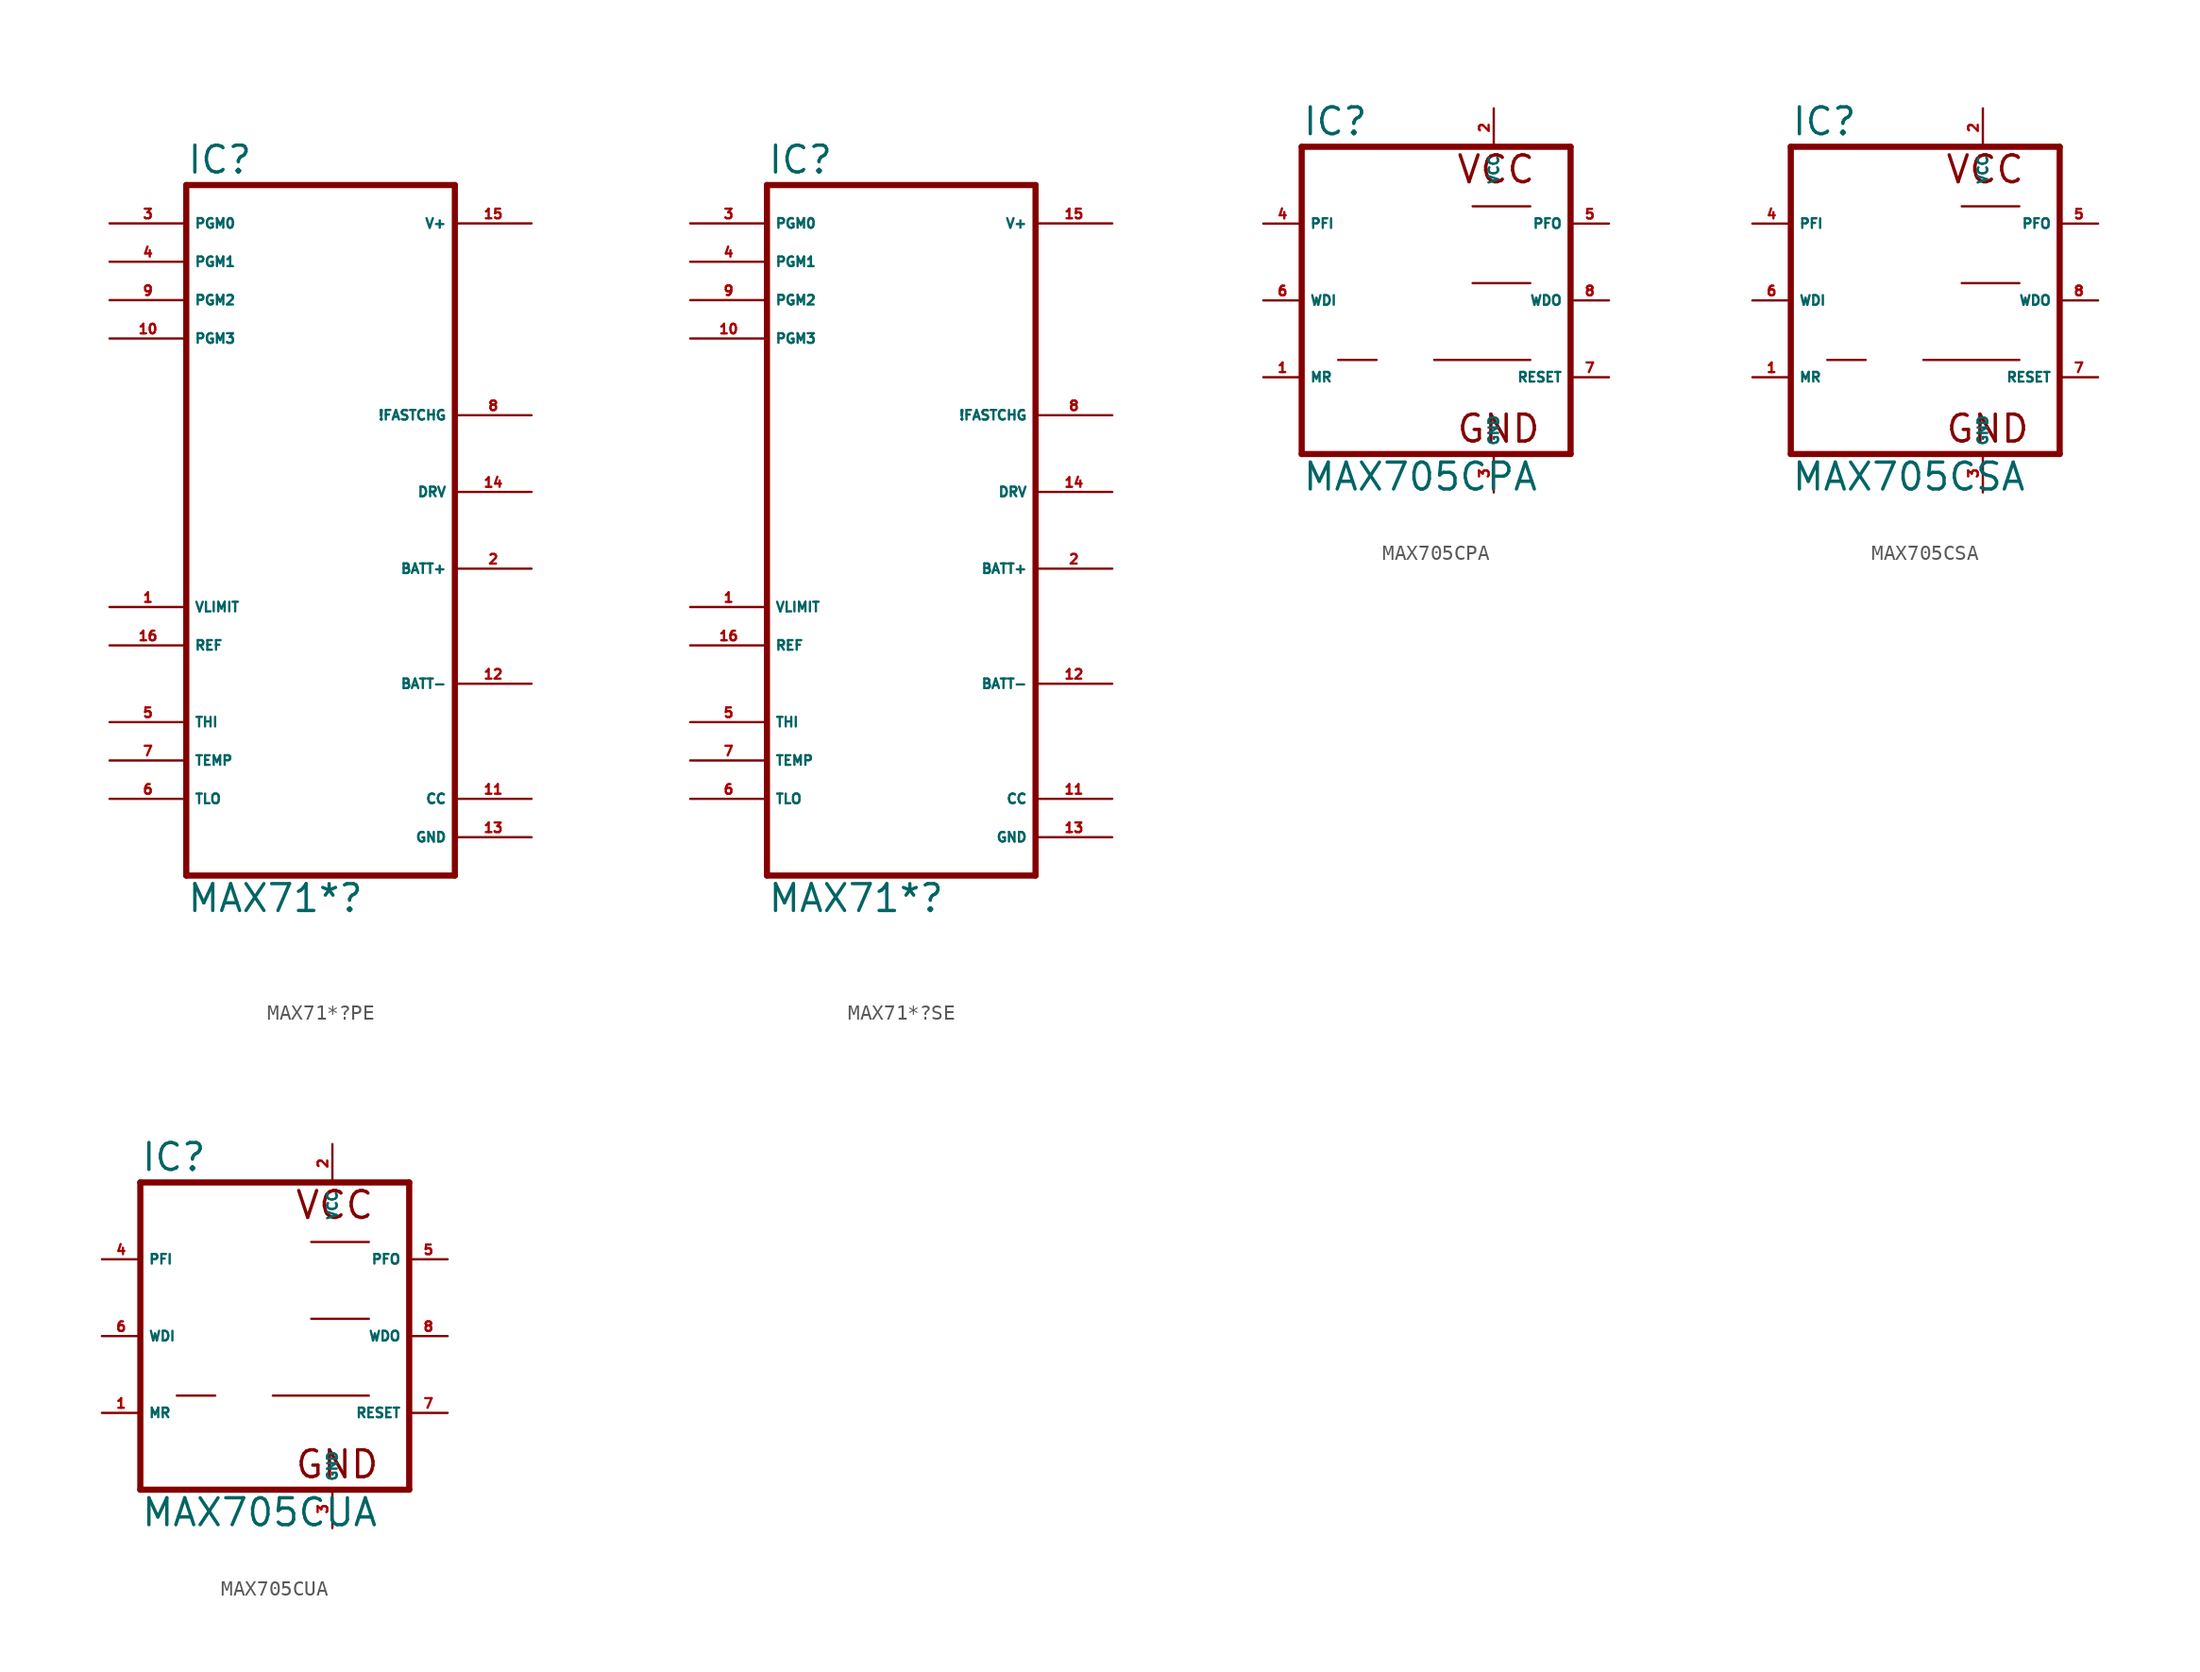
<source format=kicad_sym>
(kicad_symbol_lib
  (version 20220914)
  (generator Eagle2Kicad)
  (symbol "MAX71*?PE"
    (property "Reference" "IC"
      (at -7.62 20.955 0)
      (effects (font (size 1.778 1.778) (thickness 0.22)) (justify left bottom)))
    (property "Value" "MAX71*?"
      (at -7.62 -27.94 0)
      (effects (font (size 1.778 1.778) (thickness 0.22)) (justify left bottom)))
    (polyline
      (pts (xy 10.16 -25.4) (xy -7.62 -25.4))
      (stroke (width 0.406) (type default))
      (fill (type none)))
    (polyline
      (pts (xy -7.62 20.32) (xy -7.62 -25.4))
      (stroke (width 0.406) (type default))
      (fill (type none)))
    (polyline
      (pts (xy -7.62 20.32) (xy 10.16 20.32))
      (stroke (width 0.406) (type default))
      (fill (type none)))
    (polyline
      (pts (xy 10.16 -25.4) (xy 10.16 20.32))
      (stroke (width 0.406) (type default))
      (fill (type none)))
    (pin unspecified line
      (at 15.24 -22.86 180)
      (length 5.08)
      (name "GND" (effects (font (size 0.635 0.635) (thickness 0.08)) (justify left bottom)))
      (number "13" (effects (font (size 0.635 0.635) (thickness 0.08)) (justify left bottom))))
    (pin input line
      (at 15.24 -5.08 180)
      (length 5.08)
      (name "BATT+" (effects (font (size 0.635 0.635) (thickness 0.08)) (justify left bottom)))
      (number "2" (effects (font (size 0.635 0.635) (thickness 0.08)) (justify left bottom))))
    (pin input line
      (at -12.7 -15.24 0)
      (length 5.08)
      (name "THI" (effects (font (size 0.635 0.635) (thickness 0.08)) (justify left bottom)))
      (number "5" (effects (font (size 0.635 0.635) (thickness 0.08)) (justify left bottom))))
    (pin unspecified line
      (at 15.24 17.78 180)
      (length 5.08)
      (name "V+" (effects (font (size 0.635 0.635) (thickness 0.08)) (justify left bottom)))
      (number "15" (effects (font (size 0.635 0.635) (thickness 0.08)) (justify left bottom))))
    (pin input line
      (at -12.7 -7.62 0)
      (length 5.08)
      (name "VLIMIT" (effects (font (size 0.635 0.635) (thickness 0.08)) (justify left bottom)))
      (number "1" (effects (font (size 0.635 0.635) (thickness 0.08)) (justify left bottom))))
    (pin input line
      (at -12.7 -10.16 0)
      (length 5.08)
      (name "REF" (effects (font (size 0.635 0.635) (thickness 0.08)) (justify left bottom)))
      (number "16" (effects (font (size 0.635 0.635) (thickness 0.08)) (justify left bottom))))
    (pin input line
      (at -12.7 -17.78 0)
      (length 5.08)
      (name "TEMP" (effects (font (size 0.635 0.635) (thickness 0.08)) (justify left bottom)))
      (number "7" (effects (font (size 0.635 0.635) (thickness 0.08)) (justify left bottom))))
    (pin input line
      (at 15.24 -20.32 180)
      (length 5.08)
      (name "CC" (effects (font (size 0.635 0.635) (thickness 0.08)) (justify left bottom)))
      (number "11" (effects (font (size 0.635 0.635) (thickness 0.08)) (justify left bottom))))
    (pin input line
      (at 15.24 -12.7 180)
      (length 5.08)
      (name "BATT-" (effects (font (size 0.635 0.635) (thickness 0.08)) (justify left bottom)))
      (number "12" (effects (font (size 0.635 0.635) (thickness 0.08)) (justify left bottom))))
    (pin input line
      (at -12.7 -20.32 0)
      (length 5.08)
      (name "TLO" (effects (font (size 0.635 0.635) (thickness 0.08)) (justify left bottom)))
      (number "6" (effects (font (size 0.635 0.635) (thickness 0.08)) (justify left bottom))))
    (pin output line
      (at 15.24 0 180)
      (length 5.08)
      (name "DRV" (effects (font (size 0.635 0.635) (thickness 0.08)) (justify left bottom)))
      (number "14" (effects (font (size 0.635 0.635) (thickness 0.08)) (justify left bottom))))
    (pin input line
      (at -12.7 17.78 0)
      (length 5.08)
      (name "PGM0" (effects (font (size 0.635 0.635) (thickness 0.08)) (justify left bottom)))
      (number "3" (effects (font (size 0.635 0.635) (thickness 0.08)) (justify left bottom))))
    (pin input line
      (at -12.7 15.24 0)
      (length 5.08)
      (name "PGM1" (effects (font (size 0.635 0.635) (thickness 0.08)) (justify left bottom)))
      (number "4" (effects (font (size 0.635 0.635) (thickness 0.08)) (justify left bottom))))
    (pin input line
      (at -12.7 12.7 0)
      (length 5.08)
      (name "PGM2" (effects (font (size 0.635 0.635) (thickness 0.08)) (justify left bottom)))
      (number "9" (effects (font (size 0.635 0.635) (thickness 0.08)) (justify left bottom))))
    (pin input line
      (at -12.7 10.16 0)
      (length 5.08)
      (name "PGM3" (effects (font (size 0.635 0.635) (thickness 0.08)) (justify left bottom)))
      (number "10" (effects (font (size 0.635 0.635) (thickness 0.08)) (justify left bottom))))
    (pin open_collector line
      (at 15.24 5.08 180)
      (length 5.08)
      (name "!FASTCHG" (effects (font (size 0.635 0.635) (thickness 0.08)) (justify left bottom)))
      (number "8" (effects (font (size 0.635 0.635) (thickness 0.08)) (justify left bottom)))))
  (symbol "MAX71*?SE"
    (property "Reference" "IC"
      (at -7.62 20.955 0)
      (effects (font (size 1.778 1.778) (thickness 0.22)) (justify left bottom)))
    (property "Value" "MAX71*?"
      (at -7.62 -27.94 0)
      (effects (font (size 1.778 1.778) (thickness 0.22)) (justify left bottom)))
    (polyline
      (pts (xy 10.16 -25.4) (xy -7.62 -25.4))
      (stroke (width 0.406) (type default))
      (fill (type none)))
    (polyline
      (pts (xy -7.62 20.32) (xy -7.62 -25.4))
      (stroke (width 0.406) (type default))
      (fill (type none)))
    (polyline
      (pts (xy -7.62 20.32) (xy 10.16 20.32))
      (stroke (width 0.406) (type default))
      (fill (type none)))
    (polyline
      (pts (xy 10.16 -25.4) (xy 10.16 20.32))
      (stroke (width 0.406) (type default))
      (fill (type none)))
    (pin unspecified line
      (at 15.24 -22.86 180)
      (length 5.08)
      (name "GND" (effects (font (size 0.635 0.635) (thickness 0.08)) (justify left bottom)))
      (number "13" (effects (font (size 0.635 0.635) (thickness 0.08)) (justify left bottom))))
    (pin input line
      (at 15.24 -5.08 180)
      (length 5.08)
      (name "BATT+" (effects (font (size 0.635 0.635) (thickness 0.08)) (justify left bottom)))
      (number "2" (effects (font (size 0.635 0.635) (thickness 0.08)) (justify left bottom))))
    (pin input line
      (at -12.7 -15.24 0)
      (length 5.08)
      (name "THI" (effects (font (size 0.635 0.635) (thickness 0.08)) (justify left bottom)))
      (number "5" (effects (font (size 0.635 0.635) (thickness 0.08)) (justify left bottom))))
    (pin unspecified line
      (at 15.24 17.78 180)
      (length 5.08)
      (name "V+" (effects (font (size 0.635 0.635) (thickness 0.08)) (justify left bottom)))
      (number "15" (effects (font (size 0.635 0.635) (thickness 0.08)) (justify left bottom))))
    (pin input line
      (at -12.7 -7.62 0)
      (length 5.08)
      (name "VLIMIT" (effects (font (size 0.635 0.635) (thickness 0.08)) (justify left bottom)))
      (number "1" (effects (font (size 0.635 0.635) (thickness 0.08)) (justify left bottom))))
    (pin input line
      (at -12.7 -10.16 0)
      (length 5.08)
      (name "REF" (effects (font (size 0.635 0.635) (thickness 0.08)) (justify left bottom)))
      (number "16" (effects (font (size 0.635 0.635) (thickness 0.08)) (justify left bottom))))
    (pin input line
      (at -12.7 -17.78 0)
      (length 5.08)
      (name "TEMP" (effects (font (size 0.635 0.635) (thickness 0.08)) (justify left bottom)))
      (number "7" (effects (font (size 0.635 0.635) (thickness 0.08)) (justify left bottom))))
    (pin input line
      (at 15.24 -20.32 180)
      (length 5.08)
      (name "CC" (effects (font (size 0.635 0.635) (thickness 0.08)) (justify left bottom)))
      (number "11" (effects (font (size 0.635 0.635) (thickness 0.08)) (justify left bottom))))
    (pin input line
      (at 15.24 -12.7 180)
      (length 5.08)
      (name "BATT-" (effects (font (size 0.635 0.635) (thickness 0.08)) (justify left bottom)))
      (number "12" (effects (font (size 0.635 0.635) (thickness 0.08)) (justify left bottom))))
    (pin input line
      (at -12.7 -20.32 0)
      (length 5.08)
      (name "TLO" (effects (font (size 0.635 0.635) (thickness 0.08)) (justify left bottom)))
      (number "6" (effects (font (size 0.635 0.635) (thickness 0.08)) (justify left bottom))))
    (pin output line
      (at 15.24 0 180)
      (length 5.08)
      (name "DRV" (effects (font (size 0.635 0.635) (thickness 0.08)) (justify left bottom)))
      (number "14" (effects (font (size 0.635 0.635) (thickness 0.08)) (justify left bottom))))
    (pin input line
      (at -12.7 17.78 0)
      (length 5.08)
      (name "PGM0" (effects (font (size 0.635 0.635) (thickness 0.08)) (justify left bottom)))
      (number "3" (effects (font (size 0.635 0.635) (thickness 0.08)) (justify left bottom))))
    (pin input line
      (at -12.7 15.24 0)
      (length 5.08)
      (name "PGM1" (effects (font (size 0.635 0.635) (thickness 0.08)) (justify left bottom)))
      (number "4" (effects (font (size 0.635 0.635) (thickness 0.08)) (justify left bottom))))
    (pin input line
      (at -12.7 12.7 0)
      (length 5.08)
      (name "PGM2" (effects (font (size 0.635 0.635) (thickness 0.08)) (justify left bottom)))
      (number "9" (effects (font (size 0.635 0.635) (thickness 0.08)) (justify left bottom))))
    (pin input line
      (at -12.7 10.16 0)
      (length 5.08)
      (name "PGM3" (effects (font (size 0.635 0.635) (thickness 0.08)) (justify left bottom)))
      (number "10" (effects (font (size 0.635 0.635) (thickness 0.08)) (justify left bottom))))
    (pin open_collector line
      (at 15.24 5.08 180)
      (length 5.08)
      (name "!FASTCHG" (effects (font (size 0.635 0.635) (thickness 0.08)) (justify left bottom)))
      (number "8" (effects (font (size 0.635 0.635) (thickness 0.08)) (justify left bottom)))))
  (symbol "MAX705CPA"
    (property "Reference" "IC"
      (at -7.62 10.795 0)
      (effects (font (size 1.778 1.778) (thickness 0.22)) (justify left bottom)))
    (property "Value" "MAX705CPA"
      (at -7.62 -12.7 0)
      (effects (font (size 1.778 1.778) (thickness 0.22)) (justify left bottom)))
    (polyline
      (pts (xy 10.16 -10.16) (xy -7.62 -10.16))
      (stroke (width 0.406) (type default))
      (fill (type none)))
    (polyline
      (pts (xy -7.62 10.16) (xy -7.62 -10.16))
      (stroke (width 0.406) (type default))
      (fill (type none)))
    (polyline
      (pts (xy -7.62 10.16) (xy 10.16 10.16))
      (stroke (width 0.406) (type default))
      (fill (type none)))
    (polyline
      (pts (xy 10.16 -10.16) (xy 10.16 10.16))
      (stroke (width 0.406) (type default))
      (fill (type none)))
    (polyline
      (pts (xy -5.207 -3.937) (xy -2.667 -3.937))
      (stroke (width 0.152) (type default))
      (fill (type none)))
    (polyline
      (pts (xy 3.683 6.223) (xy 7.493 6.223))
      (stroke (width 0.152) (type default))
      (fill (type none)))
    (polyline
      (pts (xy 1.143 -3.937) (xy 7.493 -3.937))
      (stroke (width 0.152) (type default))
      (fill (type none)))
    (polyline
      (pts (xy 3.683 1.143) (xy 7.493 1.143))
      (stroke (width 0.152) (type default))
      (fill (type none)))
    (text "VCC"
      (at 2.54 7.62 0)
      (effects (font (size 1.778 1.778) (thickness 0.22)) (justify left bottom)))
    (text "GND"
      (at 2.54 -9.525 0)
      (effects (font (size 1.778 1.778) (thickness 0.22)) (justify left bottom)))
    (pin output line
      (at 12.7 5.08 180)
      (length 2.54)
      (name "PFO" (effects (font (size 0.635 0.635) (thickness 0.08)) (justify left bottom)))
      (number "5" (effects (font (size 0.635 0.635) (thickness 0.08)) (justify left bottom))))
    (pin input line
      (at -10.16 5.08 0)
      (length 2.54)
      (name "PFI" (effects (font (size 0.635 0.635) (thickness 0.08)) (justify left bottom)))
      (number "4" (effects (font (size 0.635 0.635) (thickness 0.08)) (justify left bottom))))
    (pin input line
      (at -10.16 -5.08 0)
      (length 2.54)
      (name "MR" (effects (font (size 0.635 0.635) (thickness 0.08)) (justify left bottom)))
      (number "1" (effects (font (size 0.635 0.635) (thickness 0.08)) (justify left bottom))))
    (pin output line
      (at 12.7 0 180)
      (length 2.54)
      (name "WDO" (effects (font (size 0.635 0.635) (thickness 0.08)) (justify left bottom)))
      (number "8" (effects (font (size 0.635 0.635) (thickness 0.08)) (justify left bottom))))
    (pin unspecified line
      (at 5.08 -12.7 90)
      (length 2.54)
      (name "GND" (effects (font (size 0.635 0.635) (thickness 0.08)) (justify left bottom)))
      (number "3" (effects (font (size 0.635 0.635) (thickness 0.08)) (justify left bottom))))
    (pin unspecified line
      (at 5.08 12.7 270)
      (length 2.54)
      (name "VCC" (effects (font (size 0.635 0.635) (thickness 0.08)) (justify left bottom)))
      (number "2" (effects (font (size 0.635 0.635) (thickness 0.08)) (justify left bottom))))
    (pin input line
      (at -10.16 0 0)
      (length 2.54)
      (name "WDI" (effects (font (size 0.635 0.635) (thickness 0.08)) (justify left bottom)))
      (number "6" (effects (font (size 0.635 0.635) (thickness 0.08)) (justify left bottom))))
    (pin output line
      (at 12.7 -5.08 180)
      (length 2.54)
      (name "RESET" (effects (font (size 0.635 0.635) (thickness 0.08)) (justify left bottom)))
      (number "7" (effects (font (size 0.635 0.635) (thickness 0.08)) (justify left bottom)))))
  (symbol "MAX705CSA"
    (property "Reference" "IC"
      (at -7.62 10.795 0)
      (effects (font (size 1.778 1.778) (thickness 0.22)) (justify left bottom)))
    (property "Value" "MAX705CSA"
      (at -7.62 -12.7 0)
      (effects (font (size 1.778 1.778) (thickness 0.22)) (justify left bottom)))
    (polyline
      (pts (xy 10.16 -10.16) (xy -7.62 -10.16))
      (stroke (width 0.406) (type default))
      (fill (type none)))
    (polyline
      (pts (xy -7.62 10.16) (xy -7.62 -10.16))
      (stroke (width 0.406) (type default))
      (fill (type none)))
    (polyline
      (pts (xy -7.62 10.16) (xy 10.16 10.16))
      (stroke (width 0.406) (type default))
      (fill (type none)))
    (polyline
      (pts (xy 10.16 -10.16) (xy 10.16 10.16))
      (stroke (width 0.406) (type default))
      (fill (type none)))
    (polyline
      (pts (xy -5.207 -3.937) (xy -2.667 -3.937))
      (stroke (width 0.152) (type default))
      (fill (type none)))
    (polyline
      (pts (xy 3.683 6.223) (xy 7.493 6.223))
      (stroke (width 0.152) (type default))
      (fill (type none)))
    (polyline
      (pts (xy 1.143 -3.937) (xy 7.493 -3.937))
      (stroke (width 0.152) (type default))
      (fill (type none)))
    (polyline
      (pts (xy 3.683 1.143) (xy 7.493 1.143))
      (stroke (width 0.152) (type default))
      (fill (type none)))
    (text "VCC"
      (at 2.54 7.62 0)
      (effects (font (size 1.778 1.778) (thickness 0.22)) (justify left bottom)))
    (text "GND"
      (at 2.54 -9.525 0)
      (effects (font (size 1.778 1.778) (thickness 0.22)) (justify left bottom)))
    (pin output line
      (at 12.7 5.08 180)
      (length 2.54)
      (name "PFO" (effects (font (size 0.635 0.635) (thickness 0.08)) (justify left bottom)))
      (number "5" (effects (font (size 0.635 0.635) (thickness 0.08)) (justify left bottom))))
    (pin input line
      (at -10.16 5.08 0)
      (length 2.54)
      (name "PFI" (effects (font (size 0.635 0.635) (thickness 0.08)) (justify left bottom)))
      (number "4" (effects (font (size 0.635 0.635) (thickness 0.08)) (justify left bottom))))
    (pin input line
      (at -10.16 -5.08 0)
      (length 2.54)
      (name "MR" (effects (font (size 0.635 0.635) (thickness 0.08)) (justify left bottom)))
      (number "1" (effects (font (size 0.635 0.635) (thickness 0.08)) (justify left bottom))))
    (pin output line
      (at 12.7 0 180)
      (length 2.54)
      (name "WDO" (effects (font (size 0.635 0.635) (thickness 0.08)) (justify left bottom)))
      (number "8" (effects (font (size 0.635 0.635) (thickness 0.08)) (justify left bottom))))
    (pin unspecified line
      (at 5.08 -12.7 90)
      (length 2.54)
      (name "GND" (effects (font (size 0.635 0.635) (thickness 0.08)) (justify left bottom)))
      (number "3" (effects (font (size 0.635 0.635) (thickness 0.08)) (justify left bottom))))
    (pin unspecified line
      (at 5.08 12.7 270)
      (length 2.54)
      (name "VCC" (effects (font (size 0.635 0.635) (thickness 0.08)) (justify left bottom)))
      (number "2" (effects (font (size 0.635 0.635) (thickness 0.08)) (justify left bottom))))
    (pin input line
      (at -10.16 0 0)
      (length 2.54)
      (name "WDI" (effects (font (size 0.635 0.635) (thickness 0.08)) (justify left bottom)))
      (number "6" (effects (font (size 0.635 0.635) (thickness 0.08)) (justify left bottom))))
    (pin output line
      (at 12.7 -5.08 180)
      (length 2.54)
      (name "RESET" (effects (font (size 0.635 0.635) (thickness 0.08)) (justify left bottom)))
      (number "7" (effects (font (size 0.635 0.635) (thickness 0.08)) (justify left bottom)))))
  (symbol "MAX705CUA"
    (property "Reference" "IC"
      (at -7.62 10.795 0)
      (effects (font (size 1.778 1.778) (thickness 0.22)) (justify left bottom)))
    (property "Value" "MAX705CUA"
      (at -7.62 -12.7 0)
      (effects (font (size 1.778 1.778) (thickness 0.22)) (justify left bottom)))
    (polyline
      (pts (xy 10.16 -10.16) (xy -7.62 -10.16))
      (stroke (width 0.406) (type default))
      (fill (type none)))
    (polyline
      (pts (xy -7.62 10.16) (xy -7.62 -10.16))
      (stroke (width 0.406) (type default))
      (fill (type none)))
    (polyline
      (pts (xy -7.62 10.16) (xy 10.16 10.16))
      (stroke (width 0.406) (type default))
      (fill (type none)))
    (polyline
      (pts (xy 10.16 -10.16) (xy 10.16 10.16))
      (stroke (width 0.406) (type default))
      (fill (type none)))
    (polyline
      (pts (xy -5.207 -3.937) (xy -2.667 -3.937))
      (stroke (width 0.152) (type default))
      (fill (type none)))
    (polyline
      (pts (xy 3.683 6.223) (xy 7.493 6.223))
      (stroke (width 0.152) (type default))
      (fill (type none)))
    (polyline
      (pts (xy 1.143 -3.937) (xy 7.493 -3.937))
      (stroke (width 0.152) (type default))
      (fill (type none)))
    (polyline
      (pts (xy 3.683 1.143) (xy 7.493 1.143))
      (stroke (width 0.152) (type default))
      (fill (type none)))
    (text "VCC"
      (at 2.54 7.62 0)
      (effects (font (size 1.778 1.778) (thickness 0.22)) (justify left bottom)))
    (text "GND"
      (at 2.54 -9.525 0)
      (effects (font (size 1.778 1.778) (thickness 0.22)) (justify left bottom)))
    (pin output line
      (at 12.7 5.08 180)
      (length 2.54)
      (name "PFO" (effects (font (size 0.635 0.635) (thickness 0.08)) (justify left bottom)))
      (number "5" (effects (font (size 0.635 0.635) (thickness 0.08)) (justify left bottom))))
    (pin input line
      (at -10.16 5.08 0)
      (length 2.54)
      (name "PFI" (effects (font (size 0.635 0.635) (thickness 0.08)) (justify left bottom)))
      (number "4" (effects (font (size 0.635 0.635) (thickness 0.08)) (justify left bottom))))
    (pin input line
      (at -10.16 -5.08 0)
      (length 2.54)
      (name "MR" (effects (font (size 0.635 0.635) (thickness 0.08)) (justify left bottom)))
      (number "1" (effects (font (size 0.635 0.635) (thickness 0.08)) (justify left bottom))))
    (pin output line
      (at 12.7 0 180)
      (length 2.54)
      (name "WDO" (effects (font (size 0.635 0.635) (thickness 0.08)) (justify left bottom)))
      (number "8" (effects (font (size 0.635 0.635) (thickness 0.08)) (justify left bottom))))
    (pin unspecified line
      (at 5.08 -12.7 90)
      (length 2.54)
      (name "GND" (effects (font (size 0.635 0.635) (thickness 0.08)) (justify left bottom)))
      (number "3" (effects (font (size 0.635 0.635) (thickness 0.08)) (justify left bottom))))
    (pin unspecified line
      (at 5.08 12.7 270)
      (length 2.54)
      (name "VCC" (effects (font (size 0.635 0.635) (thickness 0.08)) (justify left bottom)))
      (number "2" (effects (font (size 0.635 0.635) (thickness 0.08)) (justify left bottom))))
    (pin input line
      (at -10.16 0 0)
      (length 2.54)
      (name "WDI" (effects (font (size 0.635 0.635) (thickness 0.08)) (justify left bottom)))
      (number "6" (effects (font (size 0.635 0.635) (thickness 0.08)) (justify left bottom))))
    (pin output line
      (at 12.7 -5.08 180)
      (length 2.54)
      (name "RESET" (effects (font (size 0.635 0.635) (thickness 0.08)) (justify left bottom)))
      (number "7" (effects (font (size 0.635 0.635) (thickness 0.08)) (justify left bottom))))))
</source>
